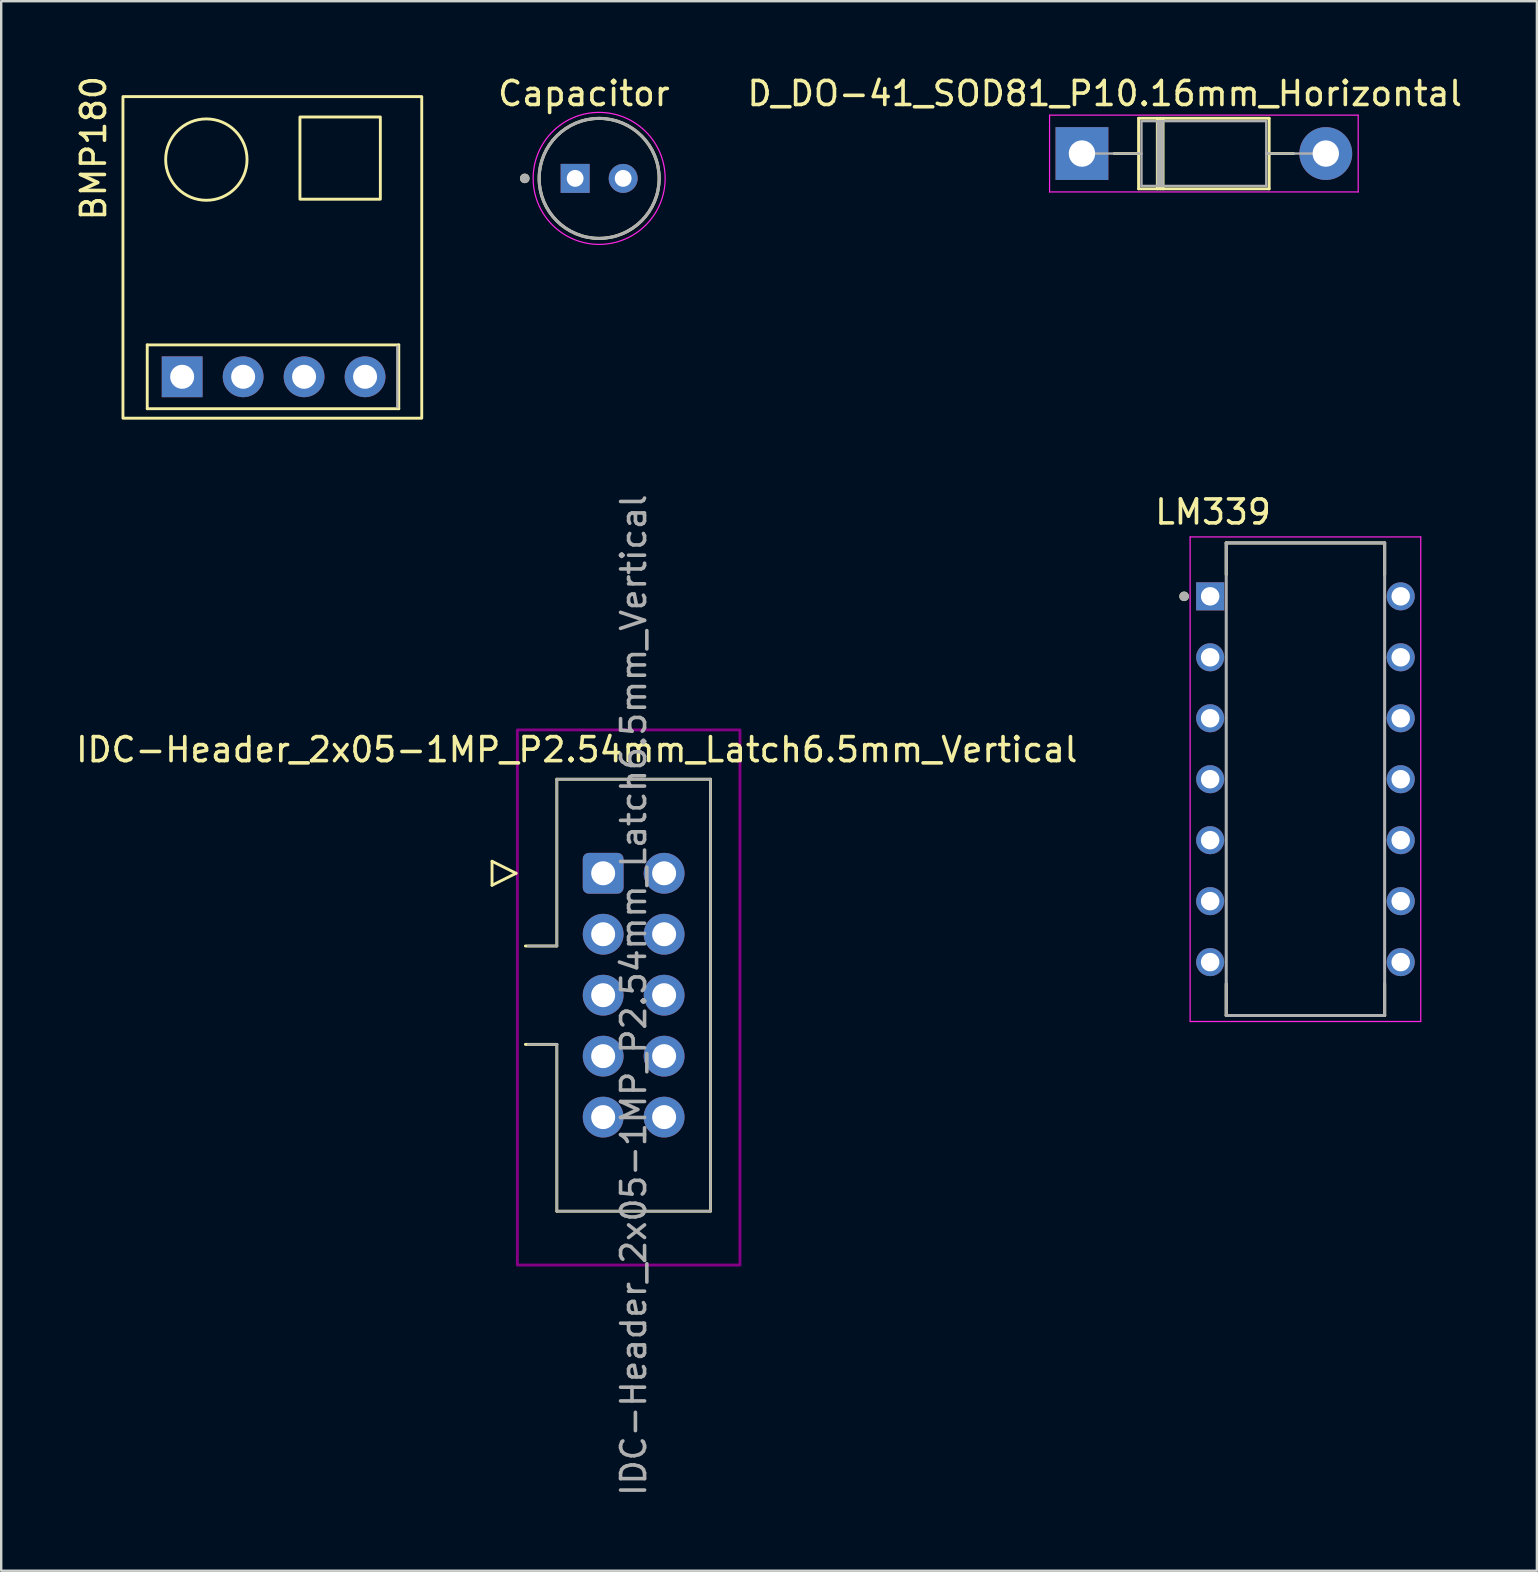
<source format=kicad_pcb>
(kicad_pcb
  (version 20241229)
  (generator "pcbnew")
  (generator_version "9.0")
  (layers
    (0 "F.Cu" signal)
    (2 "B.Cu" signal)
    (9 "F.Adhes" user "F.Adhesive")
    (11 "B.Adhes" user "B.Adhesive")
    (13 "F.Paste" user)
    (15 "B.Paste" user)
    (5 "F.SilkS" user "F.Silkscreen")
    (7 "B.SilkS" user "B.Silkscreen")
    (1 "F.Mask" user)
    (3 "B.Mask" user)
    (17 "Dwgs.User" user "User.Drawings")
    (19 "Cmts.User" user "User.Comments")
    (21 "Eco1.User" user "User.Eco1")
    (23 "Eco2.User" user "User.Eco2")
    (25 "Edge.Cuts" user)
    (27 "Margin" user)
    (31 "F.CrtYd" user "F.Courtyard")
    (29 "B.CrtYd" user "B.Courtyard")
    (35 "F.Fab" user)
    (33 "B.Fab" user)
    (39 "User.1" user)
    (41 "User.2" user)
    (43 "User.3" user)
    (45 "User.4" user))
  (footprint "IDC-Header_2x05-1MP_P2.54mm_Latch6.5mm_Vertical"
    (layer "F.Cu")
    (at 22.082 33.337)
    (property "Reference" "IDC-Header_2x05-1MP_P2.54mm_Latch6.5mm_Vertical" (at -1.1 -5.15 0) (layer "F.SilkS") (effects (font (size 1 1) (thickness 0.15))))
    (attr through_hole)
    (fp_line (start -4.63 -0.5) (end -4.63 0.5) (stroke (width 0.12) (type solid)) (layer "F.SilkS"))
    (fp_line (start -4.63 0.5) (end -3.63 0) (stroke (width 0.12) (type solid)) (layer "F.SilkS"))
    (fp_line (start -3.63 0) (end -4.63 -0.5) (stroke (width 0.12) (type solid)) (layer "F.SilkS"))
    (fp_line (start -3.24 3.03) (end -1.93 3.03) (stroke (width 0.12) (type solid)) (layer "F.SilkS"))
    (fp_line (start -1.93 -3.92) (end 4.47 -3.92) (stroke (width 0.12) (type solid)) (layer "F.SilkS"))
    (fp_line (start -1.93 3.03) (end -1.93 -3.92) (stroke (width 0.12) (type solid)) (layer "F.SilkS"))
    (fp_line (start -1.93 7.13) (end -3.24 7.13) (stroke (width 0.12) (type solid)) (layer "F.SilkS"))
    (fp_line (start -1.93 7.13) (end -1.93 7.13) (stroke (width 0.12) (type solid)) (layer "F.SilkS"))
    (fp_line (start -1.93 14.08) (end -1.93 7.13) (stroke (width 0.12) (type solid)) (layer "F.SilkS"))
    (fp_line (start 4.47 -3.92) (end 4.47 14.08) (stroke (width 0.12) (type solid)) (layer "F.SilkS"))
    (fp_line (start 4.47 14.08) (end -1.93 14.08) (stroke (width 0.12) (type solid)) (layer "F.SilkS"))
    (fp_rect (start -3.575 -5.975) (end 5.7 16.325) (stroke (width 0.12) (type solid)) (fill no) (layer "F.Adhes"))
    (fp_line (start -3.13 3.03) (end -1.93 3.03) (stroke (width 0.1) (type solid)) (layer "F.Fab"))
    (fp_line (start -1.93 -3.92) (end 4.47 -3.92) (stroke (width 0.1) (type solid)) (layer "F.Fab"))
    (fp_line (start -1.93 3.03) (end -1.93 -3.92) (stroke (width 0.1) (type solid)) (layer "F.Fab"))
    (fp_line (start -1.93 7.13) (end -3.13 7.13) (stroke (width 0.1) (type solid)) (layer "F.Fab"))
    (fp_line (start -1.93 7.13) (end -1.93 7.13) (stroke (width 0.1) (type solid)) (layer "F.Fab"))
    (fp_line (start -1.93 14.08) (end -1.93 7.13) (stroke (width 0.1) (type solid)) (layer "F.Fab"))
    (fp_line (start 4.47 -3.92) (end 4.47 14.08) (stroke (width 0.1) (type solid)) (layer "F.Fab"))
    (fp_line (start 4.47 14.08) (end -1.93 14.08) (stroke (width 0.1) (type solid)) (layer "F.Fab"))
    (fp_text user "${REFERENCE}" (at 1.27 5.08 90) (layer "F.Fab") (effects (font (size 1 1) (thickness 0.15))))
    (pad "1" thru_hole roundrect (at 0 0) (size 1.7 1.7) (drill 1) (layers "*.Cu" "*.Mask") (roundrect_rratio 0.147))
    (pad "2" thru_hole circle (at 2.54 0) (size 1.7 1.7) (drill 1) (layers "*.Cu" "*.Mask"))
    (pad "3" thru_hole circle (at 0 2.54) (size 1.7 1.7) (drill 1) (layers "*.Cu" "*.Mask"))
    (pad "4" thru_hole circle (at 2.54 2.54) (size 1.7 1.7) (drill 1) (layers "*.Cu" "*.Mask"))
    (pad "5" thru_hole circle (at 0 5.08) (size 1.7 1.7) (drill 1) (layers "*.Cu" "*.Mask"))
    (pad "6" thru_hole circle (at 2.54 5.08) (size 1.7 1.7) (drill 1) (layers "*.Cu" "*.Mask"))
    (pad "7" thru_hole circle (at 0 7.62) (size 1.7 1.7) (drill 1) (layers "*.Cu" "*.Mask"))
    (pad "8" thru_hole circle (at 2.54 7.62) (size 1.7 1.7) (drill 1) (layers "*.Cu" "*.Mask"))
    (pad "9" thru_hole circle (at 0 10.16) (size 1.7 1.7) (drill 1) (layers "*.Cu" "*.Mask"))
    (pad "10" thru_hole circle (at 2.54 10.16) (size 1.7 1.7) (drill 1) (layers "*.Cu" "*.Mask")))
  (footprint "Capacitor"
    (layer "F.Cu")
    (at 21.915 4.383)
    (property "Reference" "Capacitor" (at -0.635 -3.535 0) (layer "F.SilkS") (effects (font (size 1 1) (thickness 0.15))))
    (attr through_hole)
    (fp_circle (center -3.1 0) (end -3 0) (stroke (width 0.2) (type solid)) (fill no) (layer "F.SilkS"))
    (fp_circle (center 0 0) (end 2.5 0) (stroke (width 0.127) (type solid)) (fill no) (layer "F.SilkS"))
    (fp_circle (center 0 0) (end 2.75 0) (stroke (width 0.05) (type solid)) (fill no) (layer "F.CrtYd"))
    (fp_circle (center -3.1 0) (end -3 0) (stroke (width 0.2) (type solid)) (fill no) (layer "F.Fab"))
    (fp_circle (center 0 0) (end 2.5 0) (stroke (width 0.127) (type solid)) (fill no) (layer "F.Fab"))
    (pad "1" thru_hole rect (at -1 0) (size 1.208 1.208) (drill 0.7) (layers "*.Cu" "*.Mask"))
    (pad "2" thru_hole circle (at 1 0) (size 1.208 1.208) (drill 0.7) (layers "*.Cu" "*.Mask")))
  (footprint "BMP180"
    (layer "F.Cu")
    (at 7.723 7.05)
    (property "Reference" "BMP180" (at -6.875 -3.925 90) (layer "F.SilkS") (effects (font (size 1 1) (thickness 0.15))))
    (attr through_hole)
    (fp_line (start -4.638 4.27) (end 5.843 4.27) (stroke (width 0.12) (type solid)) (layer "F.SilkS"))
    (fp_line (start -4.638 6.93) (end -4.638 4.27) (stroke (width 0.12) (type solid)) (layer "F.SilkS"))
    (fp_line (start -4.638 6.93) (end 5.843 6.93) (stroke (width 0.12) (type solid)) (layer "F.SilkS"))
    (fp_line (start 5.843 6.93) (end 5.843 4.27) (stroke (width 0.12) (type solid)) (layer "F.SilkS"))
    (fp_rect (start -5.65 -6.075) (end 6.8 7.325) (stroke (width 0.12) (type solid)) (fill no) (layer "F.SilkS"))
    (fp_rect (start 1.725 -5.225) (end 5.075 -1.8) (stroke (width 0.12) (type solid)) (fill no) (layer "F.SilkS"))
    (fp_circle (center -2.175 -3.45) (end -3.825 -3.061) (stroke (width 0.12) (type solid)) (fill no) (layer "F.SilkS"))
    (fp_line (start 5.782 4.33) (end 5.782 6.87) (stroke (width 0.1) (type solid)) (layer "F.Fab"))
    (pad "1" thru_hole rect (at -3.183 5.6 90) (size 1.7 1.7) (drill 1) (layers "*.Cu" "*.Mask"))
    (pad "2" thru_hole oval (at -0.642 5.6 90) (size 1.7 1.7) (drill 1) (layers "*.Cu" "*.Mask"))
    (pad "3" thru_hole oval (at 1.897 5.6 90) (size 1.7 1.7) (drill 1) (layers "*.Cu" "*.Mask"))
    (pad "4" thru_hole oval (at 4.438 5.6 90) (size 1.7 1.7) (drill 1) (layers "*.Cu" "*.Mask")))
  (footprint "LM339"
    (layer "F.Cu")
    (at 51.344 29.418)
    (property "Reference" "LM339" (at -3.85 -11.135 180) (layer "F.SilkS") (effects (font (size 1 1) (thickness 0.15))))
    (attr through_hole)
    (fp_line (start -3.3 -9.845) (end 3.3 -9.845) (stroke (width 0.127) (type solid)) (layer "F.SilkS"))
    (fp_line (start -3.3 -8.525) (end -3.3 -9.845) (stroke (width 0.127) (type solid)) (layer "F.SilkS"))
    (fp_line (start -3.3 9.845) (end -3.3 8.525) (stroke (width 0.127) (type solid)) (layer "F.SilkS"))
    (fp_line (start 3.3 -9.845) (end 3.3 -8.525) (stroke (width 0.127) (type solid)) (layer "F.SilkS"))
    (fp_line (start 3.3 8.525) (end 3.3 9.845) (stroke (width 0.127) (type solid)) (layer "F.SilkS"))
    (fp_line (start 3.3 9.845) (end -3.3 9.845) (stroke (width 0.127) (type solid)) (layer "F.SilkS"))
    (fp_circle (center -5.055 -7.62) (end -4.955 -7.62) (stroke (width 0.2) (type solid)) (fill no) (layer "F.SilkS"))
    (fp_line (start -4.805 -10.095) (end -4.805 10.095) (stroke (width 0.05) (type solid)) (layer "F.CrtYd"))
    (fp_line (start 4.805 -10.095) (end -4.805 -10.095) (stroke (width 0.05) (type solid)) (layer "F.CrtYd"))
    (fp_line (start 4.805 -10.095) (end 4.805 10.095) (stroke (width 0.05) (type solid)) (layer "F.CrtYd"))
    (fp_line (start 4.805 10.095) (end -4.805 10.095) (stroke (width 0.05) (type solid)) (layer "F.CrtYd"))
    (fp_line (start -3.3 -9.845) (end -3.3 9.845) (stroke (width 0.127) (type solid)) (layer "F.Fab"))
    (fp_line (start -3.3 -9.845) (end 3.3 -9.845) (stroke (width 0.127) (type solid)) (layer "F.Fab"))
    (fp_line (start -3.3 9.845) (end 3.3 9.845) (stroke (width 0.127) (type solid)) (layer "F.Fab"))
    (fp_line (start 3.3 -9.845) (end 3.3 9.845) (stroke (width 0.127) (type solid)) (layer "F.Fab"))
    (fp_circle (center -5.055 -7.62) (end -4.955 -7.62) (stroke (width 0.2) (type solid)) (fill no) (layer "F.Fab"))
    (pad "1" thru_hole rect (at -3.97 -7.62) (size 1.17 1.17) (drill 0.77) (layers "*.Cu" "*.Mask"))
    (pad "2" thru_hole circle (at -3.97 -5.08) (size 1.17 1.17) (drill 0.77) (layers "*.Cu" "*.Mask"))
    (pad "3" thru_hole circle (at -3.97 -2.54) (size 1.17 1.17) (drill 0.77) (layers "*.Cu" "*.Mask"))
    (pad "4" thru_hole circle (at -3.97 0) (size 1.17 1.17) (drill 0.77) (layers "*.Cu" "*.Mask"))
    (pad "5" thru_hole circle (at -3.97 2.54) (size 1.17 1.17) (drill 0.77) (layers "*.Cu" "*.Mask"))
    (pad "6" thru_hole circle (at -3.97 5.08) (size 1.17 1.17) (drill 0.77) (layers "*.Cu" "*.Mask"))
    (pad "7" thru_hole circle (at -3.97 7.62) (size 1.17 1.17) (drill 0.77) (layers "*.Cu" "*.Mask"))
    (pad "8" thru_hole circle (at 3.97 7.62) (size 1.17 1.17) (drill 0.77) (layers "*.Cu" "*.Mask"))
    (pad "9" thru_hole circle (at 3.97 5.08) (size 1.17 1.17) (drill 0.77) (layers "*.Cu" "*.Mask"))
    (pad "10" thru_hole circle (at 3.97 2.54) (size 1.17 1.17) (drill 0.77) (layers "*.Cu" "*.Mask"))
    (pad "11" thru_hole circle (at 3.97 0) (size 1.17 1.17) (drill 0.77) (layers "*.Cu" "*.Mask"))
    (pad "12" thru_hole circle (at 3.97 -2.54) (size 1.17 1.17) (drill 0.77) (layers "*.Cu" "*.Mask"))
    (pad "13" thru_hole circle (at 3.97 -5.08) (size 1.17 1.17) (drill 0.77) (layers "*.Cu" "*.Mask"))
    (pad "14" thru_hole circle (at 3.97 -7.62) (size 1.17 1.17) (drill 0.77) (layers "*.Cu" "*.Mask")))
  (footprint "D_DO-41_SOD81_P10.16mm_Horizontal"
    (layer "F.Cu")
    (at 42.032 3.348)
    (property "Reference" "D_DO-41_SOD81_P10.16mm_Horizontal" (at 0.95 -2.5 0) (layer "F.SilkS") (effects (font (size 1 1) (thickness 0.15))))
    (attr through_hole)
    (fp_line (start 1.34 0) (end 2.36 0) (stroke (width 0.12) (type solid)) (layer "F.SilkS"))
    (fp_line (start 2.36 -1.47) (end 2.36 1.47) (stroke (width 0.12) (type solid)) (layer "F.SilkS"))
    (fp_line (start 2.36 1.47) (end 7.8 1.47) (stroke (width 0.12) (type solid)) (layer "F.SilkS"))
    (fp_line (start 3.14 -1.47) (end 3.14 1.47) (stroke (width 0.12) (type solid)) (layer "F.SilkS"))
    (fp_line (start 3.26 -1.47) (end 3.26 1.47) (stroke (width 0.12) (type solid)) (layer "F.SilkS"))
    (fp_line (start 3.38 -1.47) (end 3.38 1.47) (stroke (width 0.12) (type solid)) (layer "F.SilkS"))
    (fp_line (start 7.8 -1.47) (end 2.36 -1.47) (stroke (width 0.12) (type solid)) (layer "F.SilkS"))
    (fp_line (start 7.8 1.47) (end 7.8 -1.47) (stroke (width 0.12) (type solid)) (layer "F.SilkS"))
    (fp_line (start 8.82 0) (end 7.8 0) (stroke (width 0.12) (type solid)) (layer "F.SilkS"))
    (fp_line (start -1.35 -1.6) (end -1.35 1.6) (stroke (width 0.05) (type solid)) (layer "F.CrtYd"))
    (fp_line (start -1.35 1.6) (end 11.51 1.6) (stroke (width 0.05) (type solid)) (layer "F.CrtYd"))
    (fp_line (start 11.51 -1.6) (end -1.35 -1.6) (stroke (width 0.05) (type solid)) (layer "F.CrtYd"))
    (fp_line (start 11.51 1.6) (end 11.51 -1.6) (stroke (width 0.05) (type solid)) (layer "F.CrtYd"))
    (fp_line (start 0 0) (end 2.48 0) (stroke (width 0.1) (type solid)) (layer "F.Fab"))
    (fp_line (start 2.48 -1.35) (end 2.48 1.35) (stroke (width 0.1) (type solid)) (layer "F.Fab"))
    (fp_line (start 2.48 1.35) (end 7.68 1.35) (stroke (width 0.1) (type solid)) (layer "F.Fab"))
    (fp_line (start 3.16 -1.35) (end 3.16 1.35) (stroke (width 0.1) (type solid)) (layer "F.Fab"))
    (fp_line (start 3.26 -1.35) (end 3.26 1.35) (stroke (width 0.1) (type solid)) (layer "F.Fab"))
    (fp_line (start 3.36 -1.35) (end 3.36 1.35) (stroke (width 0.1) (type solid)) (layer "F.Fab"))
    (fp_line (start 7.68 -1.35) (end 2.48 -1.35) (stroke (width 0.1) (type solid)) (layer "F.Fab"))
    (fp_line (start 7.68 1.35) (end 7.68 -1.35) (stroke (width 0.1) (type solid)) (layer "F.Fab"))
    (fp_line (start 10.16 0) (end 7.68 0) (stroke (width 0.1) (type solid)) (layer "F.Fab"))
    (pad "1" thru_hole rect (at 0 0) (size 2.2 2.2) (drill 1.1) (layers "*.Cu" "*.Mask"))
    (pad "2" thru_hole oval (at 10.16 0) (size 2.2 2.2) (drill 1.1) (layers "*.Cu" "*.Mask")))
  (gr_rect
    (start -3 -3)
    (end 60.988 62.399)
    (stroke (width 0.1) (type default))
    (fill no)
    (layer "Edge.Cuts")))
</source>
